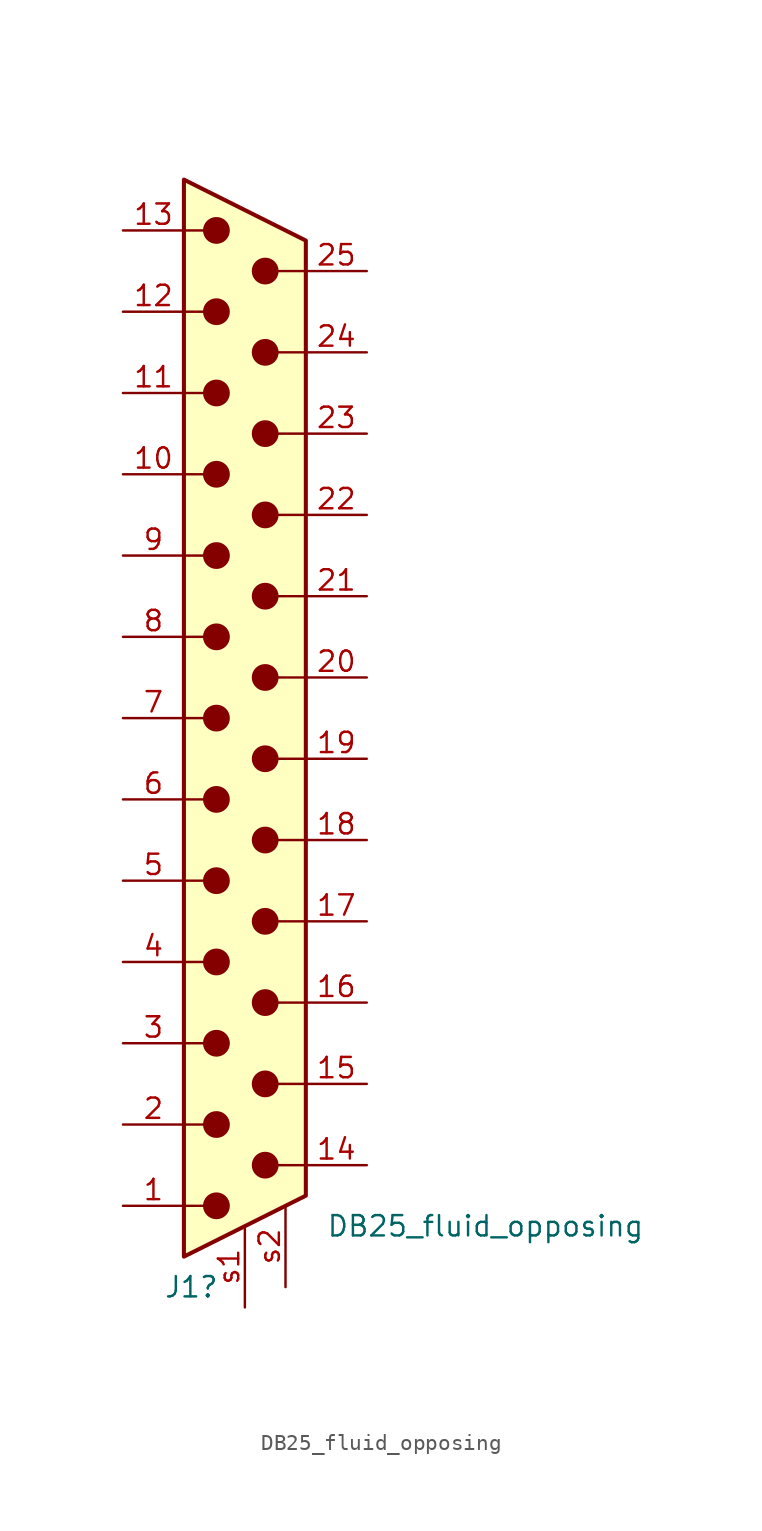
<source format=kicad_sym>
(kicad_symbol_lib
  (version 20211014)
  (generator kicad_symbol_editor)
  (symbol "DB25_fluid_opposing"
    (pin_names
      (offset 1.016) hide)
    (property "Reference" "J1"
      (at -5.08 -35.56 0)
      (effects (font (size 1.27 1.27)) (justify left)))
    (property "Value" "DB25_fluid_opposing"
      (at 5.08 -31.75 0)
      (effects (font (size 1.27 1.27)) (justify left)))
    (symbol "DB25_fluid_opposing_0_1"
      (circle (center -1.778 -30.48) (radius 0.762) (stroke (width 0) (type default) (color 0 0 0 0)) (fill (type outline)))
      (circle (center -1.778 -25.4) (radius 0.762) (stroke (width 0) (type default) (color 0 0 0 0)) (fill (type outline)))
      (circle (center -1.778 -20.32) (radius 0.762) (stroke (width 0) (type default) (color 0 0 0 0)) (fill (type outline)))
      (circle (center -1.778 -15.24) (radius 0.762) (stroke (width 0) (type default) (color 0 0 0 0)) (fill (type outline)))
      (circle (center -1.778 -10.16) (radius 0.762) (stroke (width 0) (type default) (color 0 0 0 0)) (fill (type outline)))
      (circle (center -1.778 -5.08) (radius 0.762) (stroke (width 0) (type default) (color 0 0 0 0)) (fill (type outline)))
      (circle (center -1.778 0) (radius 0.762) (stroke (width 0) (type default) (color 0 0 0 0)) (fill (type outline)))
      (circle (center -1.778 5.08) (radius 0.762) (stroke (width 0) (type default) (color 0 0 0 0)) (fill (type outline)))
      (circle (center -1.778 10.16) (radius 0.762) (stroke (width 0) (type default) (color 0 0 0 0)) (fill (type outline)))
      (circle (center -1.778 15.24) (radius 0.762) (stroke (width 0) (type default) (color 0 0 0 0)) (fill (type outline)))
      (circle (center -1.778 20.32) (radius 0.762) (stroke (width 0) (type default) (color 0 0 0 0)) (fill (type outline)))
      (circle (center -1.778 25.4) (radius 0.762) (stroke (width 0) (type default) (color 0 0 0 0)) (fill (type outline)))
      (circle (center -1.778 30.48) (radius 0.762) (stroke (width 0) (type default) (color 0 0 0 0)) (fill (type outline)))
      (polyline (pts (xy -3.81 -30.48) (xy -2.54 -30.48)) (stroke (width 0) (type default) (color 0 0 0 0)) (fill (type none)))
      (polyline (pts (xy -3.81 -25.4) (xy -2.54 -25.4)) (stroke (width 0) (type default) (color 0 0 0 0)) (fill (type none)))
      (polyline (pts (xy -3.81 -20.32) (xy -2.54 -20.32)) (stroke (width 0) (type default) (color 0 0 0 0)) (fill (type none)))
      (polyline (pts (xy -3.81 -15.24) (xy -2.54 -15.24)) (stroke (width 0) (type default) (color 0 0 0 0)) (fill (type none)))
      (polyline (pts (xy -3.81 -10.16) (xy -2.54 -10.16)) (stroke (width 0) (type default) (color 0 0 0 0)) (fill (type none)))
      (polyline (pts (xy -3.81 -5.08) (xy -2.54 -5.08)) (stroke (width 0) (type default) (color 0 0 0 0)) (fill (type none)))
      (polyline (pts (xy -3.81 0) (xy -2.54 0)) (stroke (width 0) (type default) (color 0 0 0 0)) (fill (type none)))
      (polyline (pts (xy -3.81 5.08) (xy -2.54 5.08)) (stroke (width 0) (type default) (color 0 0 0 0)) (fill (type none)))
      (polyline (pts (xy -3.81 10.16) (xy -2.54 10.16)) (stroke (width 0) (type default) (color 0 0 0 0)) (fill (type none)))
      (polyline (pts (xy -3.81 15.24) (xy -2.54 15.24)) (stroke (width 0) (type default) (color 0 0 0 0)) (fill (type none)))
      (polyline (pts (xy -3.81 20.32) (xy -2.54 20.32)) (stroke (width 0) (type default) (color 0 0 0 0)) (fill (type none)))
      (polyline (pts (xy -3.81 25.4) (xy -2.54 25.4)) (stroke (width 0) (type default) (color 0 0 0 0)) (fill (type none)))
      (polyline (pts (xy -3.81 30.48) (xy -2.54 30.48)) (stroke (width 0) (type default) (color 0 0 0 0)) (fill (type none)))
      (polyline (pts (xy 3.81 -27.94) (xy 1.27 -27.94)) (stroke (width 0) (type default) (color 0 0 0 0)) (fill (type none)))
      (polyline (pts (xy 3.81 -22.86) (xy 1.27 -22.86)) (stroke (width 0) (type default) (color 0 0 0 0)) (fill (type none)))
      (polyline (pts (xy 3.81 -17.78) (xy 1.27 -17.78)) (stroke (width 0) (type default) (color 0 0 0 0)) (fill (type none)))
      (polyline (pts (xy 3.81 -12.7) (xy 1.27 -12.7)) (stroke (width 0) (type default) (color 0 0 0 0)) (fill (type none)))
      (polyline (pts (xy 3.81 -7.62) (xy 1.27 -7.62)) (stroke (width 0) (type default) (color 0 0 0 0)) (fill (type none)))
      (polyline (pts (xy 3.81 -2.54) (xy 1.27 -2.54)) (stroke (width 0) (type default) (color 0 0 0 0)) (fill (type none)))
      (polyline (pts (xy 3.81 2.54) (xy 1.27 2.54)) (stroke (width 0) (type default) (color 0 0 0 0)) (fill (type none)))
      (polyline (pts (xy 3.81 7.62) (xy 1.27 7.62)) (stroke (width 0) (type default) (color 0 0 0 0)) (fill (type none)))
      (polyline (pts (xy 3.81 12.7) (xy 1.27 12.7)) (stroke (width 0) (type default) (color 0 0 0 0)) (fill (type none)))
      (polyline (pts (xy 3.81 17.78) (xy 1.27 17.78)) (stroke (width 0) (type default) (color 0 0 0 0)) (fill (type none)))
      (polyline (pts (xy 3.81 22.86) (xy 1.27 22.86)) (stroke (width 0) (type default) (color 0 0 0 0)) (fill (type none)))
      (polyline (pts (xy 3.81 27.94) (xy 1.27 27.94)) (stroke (width 0) (type default) (color 0 0 0 0)) (fill (type none)))
      (polyline (pts (xy -3.81 -33.655) (xy 3.81 -29.845) (xy 3.81 29.845) (xy -3.81 33.655) (xy -3.81 -33.655)) (stroke (width 0.254) (type default) (color 0 0 0 0)) (fill (type background)))
      (circle (center 1.27 -27.94) (radius 0.762) (stroke (width 0) (type default) (color 0 0 0 0)) (fill (type outline)))
      (circle (center 1.27 -22.86) (radius 0.762) (stroke (width 0) (type default) (color 0 0 0 0)) (fill (type outline)))
      (circle (center 1.27 -17.78) (radius 0.762) (stroke (width 0) (type default) (color 0 0 0 0)) (fill (type outline)))
      (circle (center 1.27 -12.7) (radius 0.762) (stroke (width 0) (type default) (color 0 0 0 0)) (fill (type outline)))
      (circle (center 1.27 -7.62) (radius 0.762) (stroke (width 0) (type default) (color 0 0 0 0)) (fill (type outline)))
      (circle (center 1.27 -2.54) (radius 0.762) (stroke (width 0) (type default) (color 0 0 0 0)) (fill (type outline)))
      (circle (center 1.27 2.54) (radius 0.762) (stroke (width 0) (type default) (color 0 0 0 0)) (fill (type outline)))
      (circle (center 1.27 7.62) (radius 0.762) (stroke (width 0) (type default) (color 0 0 0 0)) (fill (type outline)))
      (circle (center 1.27 12.7) (radius 0.762) (stroke (width 0) (type default) (color 0 0 0 0)) (fill (type outline)))
      (circle (center 1.27 17.78) (radius 0.762) (stroke (width 0) (type default) (color 0 0 0 0)) (fill (type outline)))
      (circle (center 1.27 22.86) (radius 0.762) (stroke (width 0) (type default) (color 0 0 0 0)) (fill (type outline)))
      (circle (center 1.27 27.94) (radius 0.762) (stroke (width 0) (type default) (color 0 0 0 0)) (fill (type outline))))
    (symbol "DB25_fluid_opposing_1_1"
      (pin passive line (at -7.62 -30.48 0) (length 3.81) (name "1" (effects (font (size 1.27 1.27)))) (number "1" (effects (font (size 1.27 1.27)))))
      (pin passive line (at -7.62 15.24 0) (length 3.81) (name "10" (effects (font (size 1.27 1.27)))) (number "10" (effects (font (size 1.27 1.27)))))
      (pin passive line (at -7.62 20.32 0) (length 3.81) (name "11" (effects (font (size 1.27 1.27)))) (number "11" (effects (font (size 1.27 1.27)))))
      (pin passive line (at -7.62 25.4 0) (length 3.81) (name "12" (effects (font (size 1.27 1.27)))) (number "12" (effects (font (size 1.27 1.27)))))
      (pin passive line (at -7.62 30.48 0) (length 3.81) (name "13" (effects (font (size 1.27 1.27)))) (number "13" (effects (font (size 1.27 1.27)))))
      (pin passive line (at 7.62 -27.94 180) (length 3.81) (name "P14" (effects (font (size 1.27 1.27)))) (number "14" (effects (font (size 1.27 1.27)))))
      (pin passive line (at 7.62 -22.86 180) (length 3.81) (name "P15" (effects (font (size 1.27 1.27)))) (number "15" (effects (font (size 1.27 1.27)))))
      (pin passive line (at 7.62 -17.78 180) (length 3.81) (name "P16" (effects (font (size 1.27 1.27)))) (number "16" (effects (font (size 1.27 1.27)))))
      (pin passive line (at 7.62 -12.7 180) (length 3.81) (name "P17" (effects (font (size 1.27 1.27)))) (number "17" (effects (font (size 1.27 1.27)))))
      (pin passive line (at 7.62 -7.62 180) (length 3.81) (name "P18" (effects (font (size 1.27 1.27)))) (number "18" (effects (font (size 1.27 1.27)))))
      (pin passive line (at 7.62 -2.54 180) (length 3.81) (name "P19" (effects (font (size 1.27 1.27)))) (number "19" (effects (font (size 1.27 1.27)))))
      (pin passive line (at -7.62 -25.4 0) (length 3.81) (name "2" (effects (font (size 1.27 1.27)))) (number "2" (effects (font (size 1.27 1.27)))))
      (pin passive line (at 7.62 2.54 180) (length 3.81) (name "P20" (effects (font (size 1.27 1.27)))) (number "20" (effects (font (size 1.27 1.27)))))
      (pin passive line (at 7.62 7.62 180) (length 3.81) (name "P21" (effects (font (size 1.27 1.27)))) (number "21" (effects (font (size 1.27 1.27)))))
      (pin passive line (at 7.62 12.7 180) (length 3.81) (name "P22" (effects (font (size 1.27 1.27)))) (number "22" (effects (font (size 1.27 1.27)))))
      (pin passive line (at 7.62 17.78 180) (length 3.81) (name "P23" (effects (font (size 1.27 1.27)))) (number "23" (effects (font (size 1.27 1.27)))))
      (pin passive line (at 7.62 22.86 180) (length 3.81) (name "P24" (effects (font (size 1.27 1.27)))) (number "24" (effects (font (size 1.27 1.27)))))
      (pin passive line (at 7.62 27.94 180) (length 3.81) (name "P25" (effects (font (size 1.27 1.27)))) (number "25" (effects (font (size 1.27 1.27)))))
      (pin passive line (at -7.62 -20.32 0) (length 3.81) (name "3" (effects (font (size 1.27 1.27)))) (number "3" (effects (font (size 1.27 1.27)))))
      (pin passive line (at -7.62 -15.24 0) (length 3.81) (name "4" (effects (font (size 1.27 1.27)))) (number "4" (effects (font (size 1.27 1.27)))))
      (pin passive line (at -7.62 -10.16 0) (length 3.81) (name "5" (effects (font (size 1.27 1.27)))) (number "5" (effects (font (size 1.27 1.27)))))
      (pin passive line (at -7.62 -5.08 0) (length 3.81) (name "6" (effects (font (size 1.27 1.27)))) (number "6" (effects (font (size 1.27 1.27)))))
      (pin passive line (at -7.62 0 0) (length 3.81) (name "7" (effects (font (size 1.27 1.27)))) (number "7" (effects (font (size 1.27 1.27)))))
      (pin passive line (at -7.62 5.08 0) (length 3.81) (name "8" (effects (font (size 1.27 1.27)))) (number "8" (effects (font (size 1.27 1.27)))))
      (pin passive line (at -7.62 10.16 0) (length 3.81) (name "9" (effects (font (size 1.27 1.27)))) (number "9" (effects (font (size 1.27 1.27)))))
      (pin passive line (at 0 -36.83 90) (length 5.08) (name "" (effects (font (size 1.27 1.27)))) (number "s1" (effects (font (size 1.27 1.27)))))
      (pin passive line (at 2.54 -35.56 90) (length 5.08) (name "" (effects (font (size 1.27 1.27)))) (number "s2" (effects (font (size 1.27 1.27))))))))
</source>
